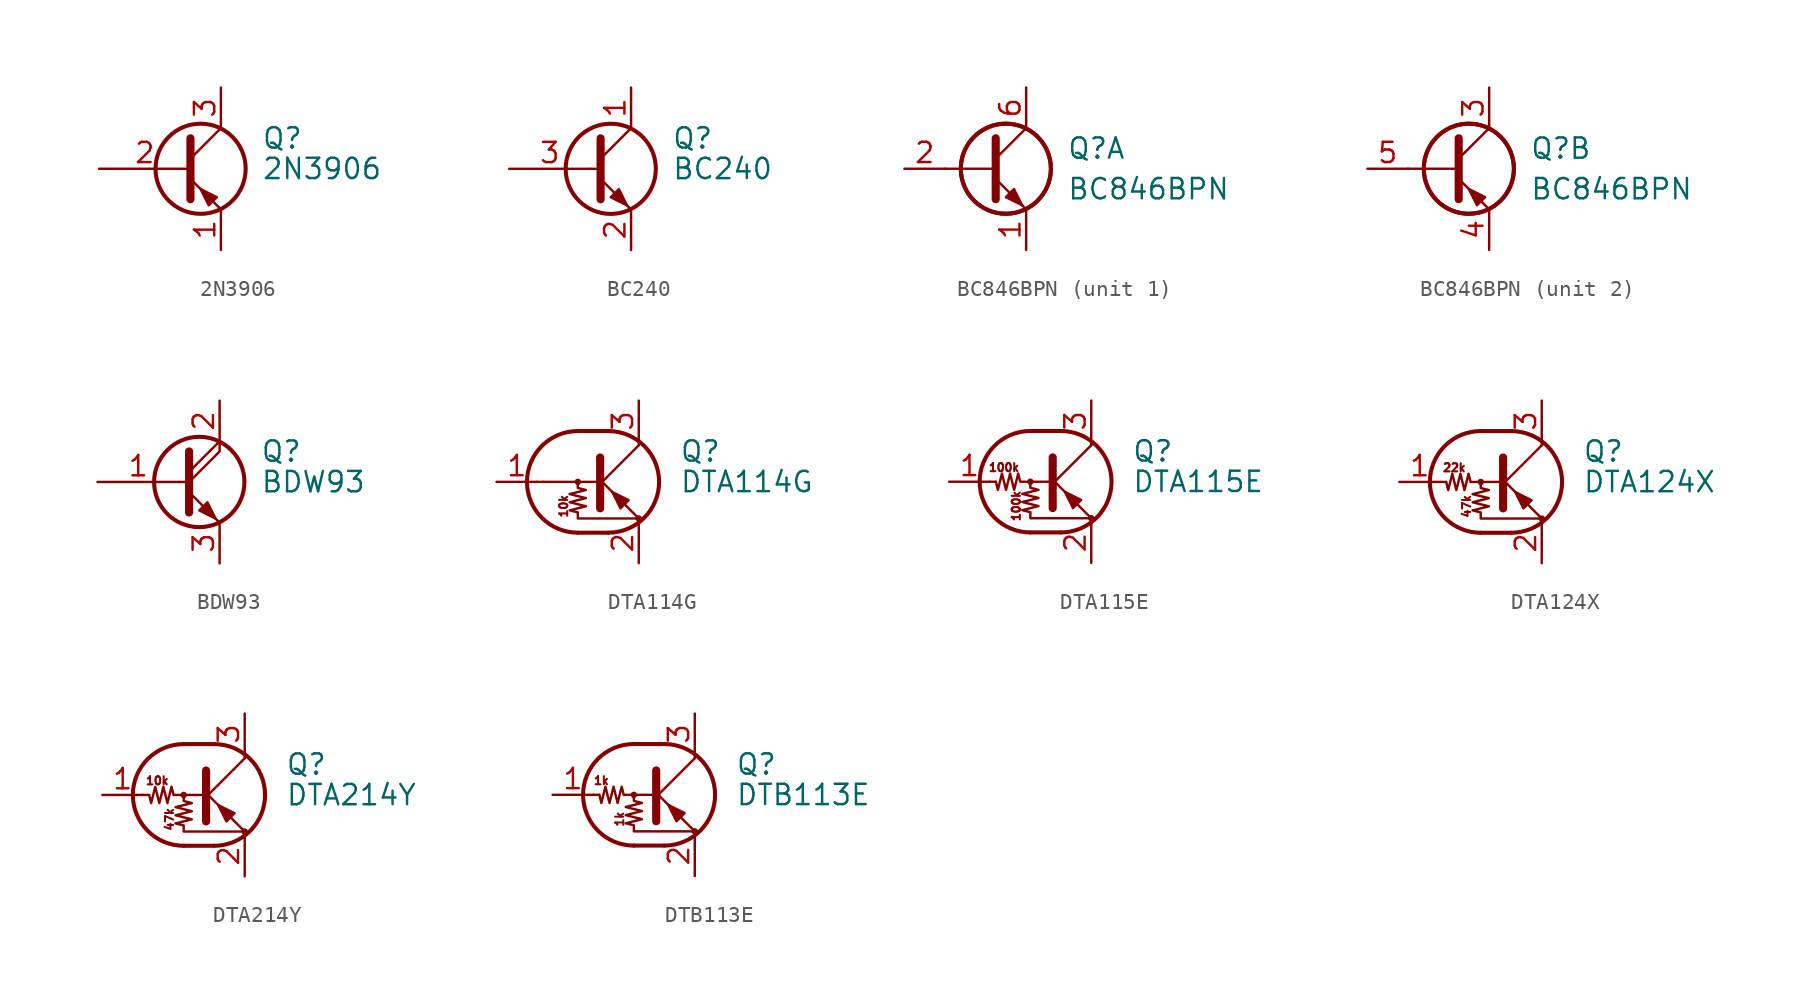
<source format=kicad_sym>
(kicad_symbol_lib
  (version 20201005)
  (generator kicad_symbol_editor)
  (symbol "2N3906"
    (pin_names
      (offset 0) hide)
    (property "Reference" "Q"
      (at 5.08 1.905 0)
      (effects (font (size 1.27 1.27)) (justify left)))
    (property "Value" "2N3906"
      (at 5.08 0 0)
      (effects (font (size 1.27 1.27)) (justify left)))
    (symbol "2N3906_0_1"
      (circle (center 1.27 0) (radius 2.819) (stroke (width 0.254)) (fill (type none)))
      (polyline (pts (xy 0.635 0.635) (xy 2.54 2.54)) (stroke (width 0)) (fill (type none)))
      (polyline (pts (xy 0.635 -0.635) (xy 2.54 -2.54) (xy 2.54 -2.54)) (stroke (width 0)) (fill (type none)))
      (polyline (pts (xy 0.635 1.905) (xy 0.635 -1.905) (xy 0.635 -1.905)) (stroke (width 0.508)) (fill (type none)))
      (polyline (pts (xy 2.286 -1.778) (xy 1.778 -2.286) (xy 1.27 -1.27) (xy 2.286 -1.778) (xy 2.286 -1.778)) (stroke (width 0)) (fill (type outline))))
    (symbol "2N3906_1_1"
      (pin passive line (at 2.54 -5.08 90) (length 2.54) (name "E" (effects (font (size 1.27 1.27)))) (number "1" (effects (font (size 1.27 1.27)))))
      (pin input line (at -5.08 0 0) (length 5.715) (name "B" (effects (font (size 1.27 1.27)))) (number "2" (effects (font (size 1.27 1.27)))))
      (pin passive line (at 2.54 5.08 270) (length 2.54) (name "C" (effects (font (size 1.27 1.27)))) (number "3" (effects (font (size 1.27 1.27)))))))
  (symbol "BC240"
    (pin_names
      (offset 0) hide)
    (property "Reference" "Q"
      (at 5.08 1.905 0)
      (effects (font (size 1.27 1.27)) (justify left)))
    (property "Value" "BC240"
      (at 5.08 0 0)
      (effects (font (size 1.27 1.27)) (justify left)))
    (symbol "BC240_0_1"
      (circle (center 1.27 0) (radius 2.819) (stroke (width 0.254)) (fill (type none)))
      (polyline (pts (xy 0 0) (xy 0.635 0)) (stroke (width 0)) (fill (type none)))
      (polyline (pts (xy 0.635 0.635) (xy 2.54 2.54)) (stroke (width 0)) (fill (type none)))
      (polyline (pts (xy 0.635 -0.635) (xy 2.54 -2.54) (xy 2.54 -2.54)) (stroke (width 0)) (fill (type none)))
      (polyline (pts (xy 0.635 1.905) (xy 0.635 -1.905) (xy 0.635 -1.905)) (stroke (width 0.508)) (fill (type none)))
      (polyline (pts (xy 1.27 -1.778) (xy 1.778 -1.27) (xy 2.286 -2.286) (xy 1.27 -1.778) (xy 1.27 -1.778)) (stroke (width 0)) (fill (type outline))))
    (symbol "BC240_1_1"
      (pin passive line (at 2.54 5.08 270) (length 2.54) (name "C" (effects (font (size 1.27 1.27)))) (number "1" (effects (font (size 1.27 1.27)))))
      (pin passive line (at 2.54 -5.08 90) (length 2.54) (name "E" (effects (font (size 1.27 1.27)))) (number "2" (effects (font (size 1.27 1.27)))))
      (pin input line (at -5.08 0 0) (length 5.08) (name "B" (effects (font (size 1.27 1.27)))) (number "3" (effects (font (size 1.27 1.27)))))))
  (symbol "BC846BPN"
    (pin_names
      (offset 0) hide)
    (property "Reference" "Q"
      (at 5.08 1.27 0)
      (effects (font (size 1.27 1.27)) (justify left)))
    (property "Value" "BC846BPN"
      (at 5.08 -1.27 0)
      (effects (font (size 1.27 1.27)) (justify left)))
    (property "ki_locked" ""
      (at 0 0 0)
      (effects (font (size 1.27 1.27))))
    (symbol "BC846BPN_0_1"
      (circle (center 1.27 0) (radius 2.819) (stroke (width 0.254)) (fill (type none)))
      (circle (center 1.27 0) (radius 2.819) (stroke (width 0.254)) (fill (type none)))
      (polyline (pts (xy 0.635 0) (xy -2.54 0)) (stroke (width 0)) (fill (type none))))
    (symbol "BC846BPN_1_1"
      (polyline (pts (xy 0.635 0.635) (xy 2.54 2.54)) (stroke (width 0)) (fill (type none)))
      (polyline (pts (xy 0.635 -0.635) (xy 2.54 -2.54) (xy 2.54 -2.54)) (stroke (width 0)) (fill (type none)))
      (polyline (pts (xy 0.635 1.905) (xy 0.635 -1.905) (xy 0.635 -1.905)) (stroke (width 0.508)) (fill (type none)))
      (polyline (pts (xy 1.27 -1.778) (xy 1.778 -1.27) (xy 2.286 -2.286) (xy 1.27 -1.778) (xy 1.27 -1.778)) (stroke (width 0)) (fill (type outline)))
      (pin passive line (at 2.54 -5.08 90) (length 2.54) (name "E1" (effects (font (size 1.27 1.27)))) (number "1" (effects (font (size 1.27 1.27)))))
      (pin input line (at -5.08 0 0) (length 2.54) (name "B1" (effects (font (size 1.27 1.27)))) (number "2" (effects (font (size 1.27 1.27)))))
      (pin passive line (at 2.54 5.08 270) (length 2.54) (name "C1" (effects (font (size 1.27 1.27)))) (number "6" (effects (font (size 1.27 1.27))))))
    (symbol "BC846BPN_2_1"
      (polyline (pts (xy 0.635 0.635) (xy 2.54 2.54)) (stroke (width 0)) (fill (type none)))
      (polyline (pts (xy 0.635 -0.635) (xy 2.54 -2.54) (xy 2.54 -2.54)) (stroke (width 0)) (fill (type none)))
      (polyline (pts (xy 0.635 1.905) (xy 0.635 -1.905) (xy 0.635 -1.905)) (stroke (width 0.508)) (fill (type none)))
      (polyline (pts (xy 2.286 -1.778) (xy 1.778 -2.286) (xy 1.27 -1.27) (xy 2.286 -1.778) (xy 2.286 -1.778)) (stroke (width 0)) (fill (type outline)))
      (pin passive line (at 2.54 5.08 270) (length 2.54) (name "C2" (effects (font (size 1.27 1.27)))) (number "3" (effects (font (size 1.27 1.27)))))
      (pin passive line (at 2.54 -5.08 90) (length 2.54) (name "E2" (effects (font (size 1.27 1.27)))) (number "4" (effects (font (size 1.27 1.27)))))
      (pin input line (at -5.08 0 0) (length 2.54) (name "B2" (effects (font (size 1.27 1.27)))) (number "5" (effects (font (size 1.27 1.27)))))))
  (symbol "BDW93"
    (pin_names
      (offset 0) hide)
    (property "Reference" "Q"
      (at 5.08 1.905 0)
      (effects (font (size 1.27 1.27)) (justify left)))
    (property "Value" "BDW93"
      (at 5.08 0 0)
      (effects (font (size 1.27 1.27)) (justify left)))
    (symbol "BDW93_0_1"
      (circle (center 1.27 0) (radius 2.819) (stroke (width 0.254)) (fill (type none)))
      (polyline (pts (xy 0.635 0.635) (xy 2.54 2.54)) (stroke (width 0)) (fill (type none)))
      (polyline (pts (xy 0.635 -0.635) (xy 2.54 -2.54) (xy 2.54 -2.54)) (stroke (width 0)) (fill (type none)))
      (polyline (pts (xy 0.635 0) (xy 2.54 1.905) (xy 2.54 2.54)) (stroke (width 0)) (fill (type none)))
      (polyline (pts (xy 0.635 1.905) (xy 0.635 -1.905) (xy 0.635 -1.905)) (stroke (width 0.508)) (fill (type none)))
      (polyline (pts (xy 1.27 -1.778) (xy 1.778 -1.27) (xy 2.286 -2.286) (xy 1.27 -1.778) (xy 1.27 -1.778)) (stroke (width 0)) (fill (type outline))))
    (symbol "BDW93_1_1"
      (polyline (pts (xy 0 0) (xy 0.508 0)) (stroke (width 0)) (fill (type none)))
      (pin input line (at -5.08 0 0) (length 5.08) (name "B" (effects (font (size 1.27 1.27)))) (number "1" (effects (font (size 1.27 1.27)))))
      (pin passive line (at 2.54 5.08 270) (length 2.54) (name "C" (effects (font (size 1.27 1.27)))) (number "2" (effects (font (size 1.27 1.27)))))
      (pin passive line (at 2.54 -5.08 90) (length 2.54) (name "E" (effects (font (size 1.27 1.27)))) (number "3" (effects (font (size 1.27 1.27)))))))
  (symbol "DTA114G"
    (pin_names
      (offset 0) hide)
    (property "Reference" "Q"
      (at 5.08 1.905 0)
      (effects (font (size 1.27 1.27)) (justify left)))
    (property "Value" "DTA114G"
      (at 5.08 0 0)
      (effects (font (size 1.27 1.27)) (justify left)))
    (symbol "DTA114G_0_0"
      (text "10k" (at -2.159 -1.524 900) (effects (font (size 0.508 0.508))))
      (polyline (pts (xy -3.429 0) (xy 0 0)) (stroke (width 0)) (fill (type none))))
    (symbol "DTA114G_0_1"
      (arc (start -1.27 3.175) (end -1.27 -3.175) (radius (at -1.27 0) (length 3.175) (angles 90.1 -90.1)) (stroke (width 0.254)) (fill (type none)))
      (arc (start 0.635 -3.175) (end 0.635 3.175) (radius (at 0.635 0) (length 3.175) (angles -89.9 89.9)) (stroke (width 0.254)) (fill (type none)))
      (circle (center -1.27 0) (radius 0.127) (stroke (width 0)) (fill (type none)))
      (circle (center 2.54 -2.286) (radius 0.127) (stroke (width 0)) (fill (type none)))
      (polyline (pts (xy -3.429 0) (xy -3.81 0)) (stroke (width 0)) (fill (type none)))
      (polyline (pts (xy -1.27 -3.175) (xy 0.635 -3.175)) (stroke (width 0.254)) (fill (type none)))
      (polyline (pts (xy -1.27 3.175) (xy 0.635 3.175)) (stroke (width 0.254)) (fill (type none)))
      (polyline (pts (xy 0 -0.254) (xy 2.54 2.286)) (stroke (width 0)) (fill (type none)))
      (polyline (pts (xy 2.54 2.286) (xy 2.54 2.54)) (stroke (width 0)) (fill (type none)))
      (polyline (pts (xy 2.54 -2.286) (xy 0 0.254) (xy 0 0.254)) (stroke (width 0)) (fill (type none)))
      (polyline (pts (xy -1.27 0) (xy -1.27 -0.381) (xy -0.762 -0.508) (xy -1.778 -0.762) (xy -0.762 -1.016) (xy -1.778 -1.27) (xy -0.762 -1.524) (xy -1.778 -1.778) (xy -1.27 -1.905) (xy -1.27 -2.286) (xy 2.54 -2.286)) (stroke (width 0)) (fill (type none)))
      (polyline (pts (xy 0.127 1.524) (xy 0.127 -1.651)) (stroke (width 0.508)) (fill (type outline)))
      (polyline (pts (xy 1.397 -1.651) (xy 1.905 -1.143) (xy 0.889 -0.635) (xy 1.397 -1.651)) (stroke (width 0)) (fill (type outline))))
    (symbol "DTA114G_1_1"
      (pin input line (at -6.35 0 0) (length 2.54) (name "B" (effects (font (size 1.27 1.27)))) (number "1" (effects (font (size 1.27 1.27)))))
      (pin passive line (at 2.54 -5.08 90) (length 2.54) (name "E" (effects (font (size 1.27 1.27)))) (number "2" (effects (font (size 1.27 1.27)))))
      (pin passive line (at 2.54 5.08 270) (length 2.54) (name "C" (effects (font (size 1.27 1.27)))) (number "3" (effects (font (size 1.27 1.27)))))))
  (symbol "DTA115E"
    (pin_names
      (offset 0) hide)
    (property "Reference" "Q"
      (at 5.08 1.905 0)
      (effects (font (size 1.27 1.27)) (justify left)))
    (property "Value" "DTA115E"
      (at 5.08 0 0)
      (effects (font (size 1.27 1.27)) (justify left)))
    (symbol "DTA115E_0_0"
      (text "100k" (at -2.921 0.889 0) (effects (font (size 0.508 0.508))))
      (text "100k" (at -2.159 -1.524 900) (effects (font (size 0.508 0.508)))))
    (symbol "DTA115E_0_1"
      (arc (start -1.27 3.175) (end -1.27 -3.175) (radius (at -1.27 0) (length 3.175) (angles 90.1 -90.1)) (stroke (width 0.254)) (fill (type none)))
      (arc (start 0.635 -3.175) (end 0.635 3.175) (radius (at 0.635 0) (length 3.175) (angles -89.9 89.9)) (stroke (width 0.254)) (fill (type none)))
      (circle (center -1.27 0) (radius 0.127) (stroke (width 0)) (fill (type none)))
      (circle (center 2.54 -2.286) (radius 0.127) (stroke (width 0)) (fill (type none)))
      (polyline (pts (xy -3.429 0) (xy -3.81 0)) (stroke (width 0)) (fill (type none)))
      (polyline (pts (xy -1.27 -3.175) (xy 0.635 -3.175)) (stroke (width 0.254)) (fill (type none)))
      (polyline (pts (xy -1.27 3.175) (xy 0.635 3.175)) (stroke (width 0.254)) (fill (type none)))
      (polyline (pts (xy 0 -0.254) (xy 2.54 2.286)) (stroke (width 0)) (fill (type none)))
      (polyline (pts (xy 2.54 2.286) (xy 2.54 2.54)) (stroke (width 0)) (fill (type none)))
      (polyline (pts (xy 2.54 -2.286) (xy 0 0.254) (xy 0 0.254)) (stroke (width 0)) (fill (type none)))
      (polyline (pts (xy 0 0) (xy -1.905 0) (xy -2.032 0.508) (xy -2.286 -0.508) (xy -2.54 0.508) (xy -2.794 -0.508) (xy -3.048 0.508) (xy -3.302 -0.508) (xy -3.429 0)) (stroke (width 0)) (fill (type none)))
      (polyline (pts (xy -1.27 0) (xy -1.27 -0.381) (xy -0.762 -0.508) (xy -1.778 -0.762) (xy -0.762 -1.016) (xy -1.778 -1.27) (xy -0.762 -1.524) (xy -1.778 -1.778) (xy -1.27 -1.905) (xy -1.27 -2.286) (xy 2.54 -2.286)) (stroke (width 0)) (fill (type none)))
      (polyline (pts (xy 0.127 1.524) (xy 0.127 -1.651)) (stroke (width 0.508)) (fill (type outline)))
      (polyline (pts (xy 1.397 -1.651) (xy 1.905 -1.143) (xy 0.889 -0.635) (xy 1.397 -1.651)) (stroke (width 0)) (fill (type outline))))
    (symbol "DTA115E_1_1"
      (pin input line (at -6.35 0 0) (length 2.54) (name "B" (effects (font (size 1.27 1.27)))) (number "1" (effects (font (size 1.27 1.27)))))
      (pin passive line (at 2.54 -5.08 90) (length 2.54) (name "E" (effects (font (size 1.27 1.27)))) (number "2" (effects (font (size 1.27 1.27)))))
      (pin passive line (at 2.54 5.08 270) (length 2.54) (name "C" (effects (font (size 1.27 1.27)))) (number "3" (effects (font (size 1.27 1.27)))))))
  (symbol "DTA124X"
    (pin_names
      (offset 0) hide)
    (property "Reference" "Q"
      (at 5.08 1.905 0)
      (effects (font (size 1.27 1.27)) (justify left)))
    (property "Value" "DTA124X"
      (at 5.08 0 0)
      (effects (font (size 1.27 1.27)) (justify left)))
    (symbol "DTA124X_0_0"
      (text "22k" (at -2.921 0.889 0) (effects (font (size 0.508 0.508))))
      (text "47k" (at -2.159 -1.524 900) (effects (font (size 0.508 0.508)))))
    (symbol "DTA124X_0_1"
      (arc (start -1.27 3.175) (end -1.27 -3.175) (radius (at -1.27 0) (length 3.175) (angles 90.1 -90.1)) (stroke (width 0.254)) (fill (type none)))
      (arc (start 0.635 -3.175) (end 0.635 3.175) (radius (at 0.635 0) (length 3.175) (angles -89.9 89.9)) (stroke (width 0.254)) (fill (type none)))
      (circle (center -1.27 0) (radius 0.127) (stroke (width 0)) (fill (type none)))
      (circle (center 2.54 -2.286) (radius 0.127) (stroke (width 0)) (fill (type none)))
      (polyline (pts (xy -3.429 0) (xy -3.81 0)) (stroke (width 0)) (fill (type none)))
      (polyline (pts (xy -1.27 -3.175) (xy 0.635 -3.175)) (stroke (width 0.254)) (fill (type none)))
      (polyline (pts (xy -1.27 3.175) (xy 0.635 3.175)) (stroke (width 0.254)) (fill (type none)))
      (polyline (pts (xy 0 -0.254) (xy 2.54 2.286)) (stroke (width 0)) (fill (type none)))
      (polyline (pts (xy 2.54 2.286) (xy 2.54 2.54)) (stroke (width 0)) (fill (type none)))
      (polyline (pts (xy 2.54 -2.286) (xy 0 0.254) (xy 0 0.254)) (stroke (width 0)) (fill (type none)))
      (polyline (pts (xy 0 0) (xy -1.905 0) (xy -2.032 0.508) (xy -2.286 -0.508) (xy -2.54 0.508) (xy -2.794 -0.508) (xy -3.048 0.508) (xy -3.302 -0.508) (xy -3.429 0)) (stroke (width 0)) (fill (type none)))
      (polyline (pts (xy -1.27 0) (xy -1.27 -0.381) (xy -0.762 -0.508) (xy -1.778 -0.762) (xy -0.762 -1.016) (xy -1.778 -1.27) (xy -0.762 -1.524) (xy -1.778 -1.778) (xy -1.27 -1.905) (xy -1.27 -2.286) (xy 2.54 -2.286)) (stroke (width 0)) (fill (type none)))
      (polyline (pts (xy 0.127 1.524) (xy 0.127 -1.651)) (stroke (width 0.508)) (fill (type outline)))
      (polyline (pts (xy 1.397 -1.651) (xy 1.905 -1.143) (xy 0.889 -0.635) (xy 1.397 -1.651)) (stroke (width 0)) (fill (type outline))))
    (symbol "DTA124X_1_1"
      (pin input line (at -6.35 0 0) (length 2.54) (name "B" (effects (font (size 1.27 1.27)))) (number "1" (effects (font (size 1.27 1.27)))))
      (pin passive line (at 2.54 -5.08 90) (length 2.54) (name "E" (effects (font (size 1.27 1.27)))) (number "2" (effects (font (size 1.27 1.27)))))
      (pin passive line (at 2.54 5.08 270) (length 2.54) (name "C" (effects (font (size 1.27 1.27)))) (number "3" (effects (font (size 1.27 1.27)))))))
  (symbol "DTA214Y"
    (pin_names
      (offset 0) hide)
    (property "Reference" "Q"
      (at 5.08 1.905 0)
      (effects (font (size 1.27 1.27)) (justify left)))
    (property "Value" "DTA214Y"
      (at 5.08 0 0)
      (effects (font (size 1.27 1.27)) (justify left)))
    (symbol "DTA214Y_0_0"
      (text "10k" (at -2.921 0.889 0) (effects (font (size 0.508 0.508))))
      (text "47k" (at -2.159 -1.524 900) (effects (font (size 0.508 0.508)))))
    (symbol "DTA214Y_0_1"
      (arc (start -1.27 3.175) (end -1.27 -3.175) (radius (at -1.27 0) (length 3.175) (angles 90.1 -90.1)) (stroke (width 0.254)) (fill (type none)))
      (arc (start 0.635 -3.175) (end 0.635 3.175) (radius (at 0.635 0) (length 3.175) (angles -89.9 89.9)) (stroke (width 0.254)) (fill (type none)))
      (circle (center -1.27 0) (radius 0.127) (stroke (width 0)) (fill (type none)))
      (circle (center 2.54 -2.286) (radius 0.127) (stroke (width 0)) (fill (type none)))
      (polyline (pts (xy -3.429 0) (xy -3.81 0)) (stroke (width 0)) (fill (type none)))
      (polyline (pts (xy -1.27 -3.175) (xy 0.635 -3.175)) (stroke (width 0.254)) (fill (type none)))
      (polyline (pts (xy -1.27 3.175) (xy 0.635 3.175)) (stroke (width 0.254)) (fill (type none)))
      (polyline (pts (xy 0 -0.254) (xy 2.54 2.286)) (stroke (width 0)) (fill (type none)))
      (polyline (pts (xy 2.54 2.286) (xy 2.54 2.54)) (stroke (width 0)) (fill (type none)))
      (polyline (pts (xy 2.54 -2.286) (xy 0 0.254) (xy 0 0.254)) (stroke (width 0)) (fill (type none)))
      (polyline (pts (xy 0 0) (xy -1.905 0) (xy -2.032 0.508) (xy -2.286 -0.508) (xy -2.54 0.508) (xy -2.794 -0.508) (xy -3.048 0.508) (xy -3.302 -0.508) (xy -3.429 0)) (stroke (width 0)) (fill (type none)))
      (polyline (pts (xy -1.27 0) (xy -1.27 -0.381) (xy -0.762 -0.508) (xy -1.778 -0.762) (xy -0.762 -1.016) (xy -1.778 -1.27) (xy -0.762 -1.524) (xy -1.778 -1.778) (xy -1.27 -1.905) (xy -1.27 -2.286) (xy 2.54 -2.286)) (stroke (width 0)) (fill (type none)))
      (polyline (pts (xy 0.127 1.524) (xy 0.127 -1.651)) (stroke (width 0.508)) (fill (type outline)))
      (polyline (pts (xy 1.397 -1.651) (xy 1.905 -1.143) (xy 0.889 -0.635) (xy 1.397 -1.651)) (stroke (width 0)) (fill (type outline))))
    (symbol "DTA214Y_1_1"
      (pin input line (at -6.35 0 0) (length 2.54) (name "B" (effects (font (size 1.27 1.27)))) (number "1" (effects (font (size 1.27 1.27)))))
      (pin passive line (at 2.54 -5.08 90) (length 2.54) (name "E" (effects (font (size 1.27 1.27)))) (number "2" (effects (font (size 1.27 1.27)))))
      (pin passive line (at 2.54 5.08 270) (length 2.54) (name "C" (effects (font (size 1.27 1.27)))) (number "3" (effects (font (size 1.27 1.27)))))))
  (symbol "DTB113E"
    (pin_names
      (offset 0) hide)
    (property "Reference" "Q"
      (at 5.08 1.905 0)
      (effects (font (size 1.27 1.27)) (justify left)))
    (property "Value" "DTB113E"
      (at 5.08 0 0)
      (effects (font (size 1.27 1.27)) (justify left)))
    (symbol "DTB113E_0_0"
      (text "1k" (at -3.302 0.889 0) (effects (font (size 0.508 0.508))))
      (text "1k" (at -2.159 -1.524 900) (effects (font (size 0.508 0.508)))))
    (symbol "DTB113E_0_1"
      (arc (start -1.27 3.175) (end -1.27 -3.175) (radius (at -1.27 0) (length 3.175) (angles 90.1 -90.1)) (stroke (width 0.254)) (fill (type none)))
      (arc (start 0.635 -3.175) (end 0.635 3.175) (radius (at 0.635 0) (length 3.175) (angles -89.9 89.9)) (stroke (width 0.254)) (fill (type none)))
      (circle (center -1.27 0) (radius 0.127) (stroke (width 0)) (fill (type none)))
      (circle (center 2.54 -2.286) (radius 0.127) (stroke (width 0)) (fill (type none)))
      (polyline (pts (xy -3.429 0) (xy -3.81 0)) (stroke (width 0)) (fill (type none)))
      (polyline (pts (xy -1.27 -3.175) (xy 0.635 -3.175)) (stroke (width 0.254)) (fill (type none)))
      (polyline (pts (xy -1.27 3.175) (xy 0.635 3.175)) (stroke (width 0.254)) (fill (type none)))
      (polyline (pts (xy 0 -0.254) (xy 2.54 2.286)) (stroke (width 0)) (fill (type none)))
      (polyline (pts (xy 2.54 2.286) (xy 2.54 2.54)) (stroke (width 0)) (fill (type none)))
      (polyline (pts (xy 2.54 -2.286) (xy 0 0.254) (xy 0 0.254)) (stroke (width 0)) (fill (type none)))
      (polyline (pts (xy 0 0) (xy -1.905 0) (xy -2.032 0.508) (xy -2.286 -0.508) (xy -2.54 0.508) (xy -2.794 -0.508) (xy -3.048 0.508) (xy -3.302 -0.508) (xy -3.429 0)) (stroke (width 0)) (fill (type none)))
      (polyline (pts (xy -1.27 0) (xy -1.27 -0.381) (xy -0.762 -0.508) (xy -1.778 -0.762) (xy -0.762 -1.016) (xy -1.778 -1.27) (xy -0.762 -1.524) (xy -1.778 -1.778) (xy -1.27 -1.905) (xy -1.27 -2.286) (xy 2.54 -2.286)) (stroke (width 0)) (fill (type none)))
      (polyline (pts (xy 0.127 1.524) (xy 0.127 -1.651)) (stroke (width 0.508)) (fill (type outline)))
      (polyline (pts (xy 1.397 -1.651) (xy 1.905 -1.143) (xy 0.889 -0.635) (xy 1.397 -1.651)) (stroke (width 0)) (fill (type outline))))
    (symbol "DTB113E_1_1"
      (pin input line (at -6.35 0 0) (length 2.54) (name "B" (effects (font (size 1.27 1.27)))) (number "1" (effects (font (size 1.27 1.27)))))
      (pin passive line (at 2.54 -5.08 90) (length 2.54) (name "E" (effects (font (size 1.27 1.27)))) (number "2" (effects (font (size 1.27 1.27)))))
      (pin passive line (at 2.54 5.08 270) (length 2.54) (name "C" (effects (font (size 1.27 1.27)))) (number "3" (effects (font (size 1.27 1.27))))))))
</source>
